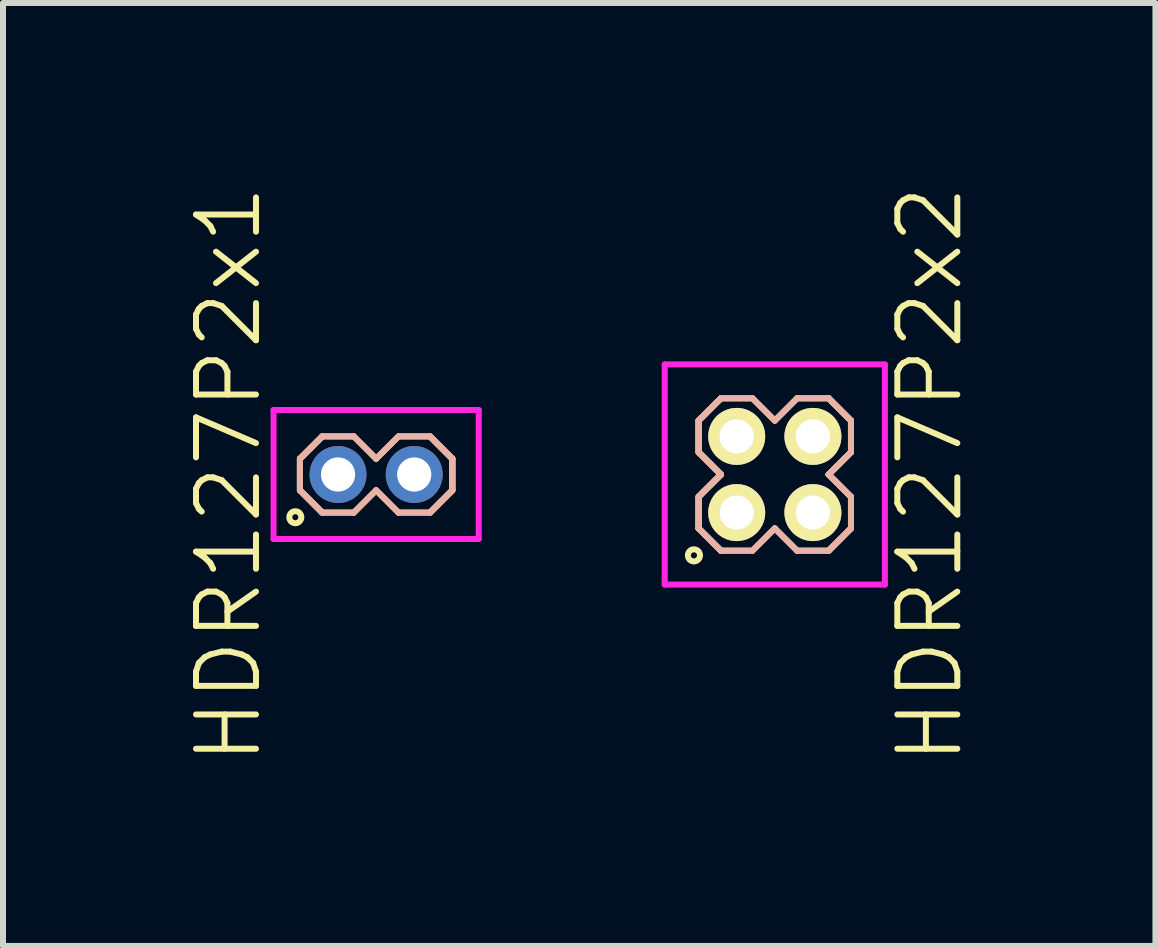
<source format=kicad_pcb>
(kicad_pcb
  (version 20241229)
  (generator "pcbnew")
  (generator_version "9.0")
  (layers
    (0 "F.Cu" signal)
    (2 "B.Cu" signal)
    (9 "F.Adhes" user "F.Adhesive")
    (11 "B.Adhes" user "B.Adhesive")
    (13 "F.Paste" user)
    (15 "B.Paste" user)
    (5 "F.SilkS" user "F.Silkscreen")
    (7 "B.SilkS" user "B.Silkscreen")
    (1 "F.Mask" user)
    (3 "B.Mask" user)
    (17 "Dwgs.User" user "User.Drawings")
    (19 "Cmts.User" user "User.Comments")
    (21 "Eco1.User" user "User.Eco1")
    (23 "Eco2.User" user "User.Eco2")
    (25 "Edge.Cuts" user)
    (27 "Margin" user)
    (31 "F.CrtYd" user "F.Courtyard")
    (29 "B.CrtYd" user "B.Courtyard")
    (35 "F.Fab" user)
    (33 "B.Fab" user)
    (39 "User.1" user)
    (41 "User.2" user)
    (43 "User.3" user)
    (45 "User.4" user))
  (footprint "HDR127P2x2"
    (layer "F.Cu")
    (at 9.866 4.86)
    (property "Reference" "HDR127P2x2" (at 2.585 0 90) (layer "F.SilkS") (effects (font (size 1 1) (thickness 0.1))))
    (attr through_hole)
    (fp_line (start -1.27 -0.898) (end -0.898 -1.27) (stroke (width 0.1) (type solid)) (layer "F.SilkS"))
    (fp_line (start -1.27 -0.898) (end -0.898 -1.27) (stroke (width 0.1) (type solid)) (layer "F.SilkS"))
    (fp_line (start -1.27 -0.372) (end -1.27 -0.898) (stroke (width 0.1) (type solid)) (layer "F.SilkS"))
    (fp_line (start -1.27 -0.372) (end -1.27 -0.898) (stroke (width 0.1) (type solid)) (layer "F.SilkS"))
    (fp_line (start -1.27 0.372) (end -0.898 0) (stroke (width 0.1) (type solid)) (layer "F.SilkS"))
    (fp_line (start -1.27 0.372) (end -0.898 0) (stroke (width 0.1) (type solid)) (layer "F.SilkS"))
    (fp_line (start -1.27 0.898) (end -1.27 0.372) (stroke (width 0.1) (type solid)) (layer "F.SilkS"))
    (fp_line (start -1.27 0.898) (end -1.27 0.372) (stroke (width 0.1) (type solid)) (layer "F.SilkS"))
    (fp_line (start -0.898 -1.27) (end -0.372 -1.27) (stroke (width 0.1) (type solid)) (layer "F.SilkS"))
    (fp_line (start -0.898 0) (end -1.27 -0.372) (stroke (width 0.1) (type solid)) (layer "F.SilkS"))
    (fp_line (start -0.898 0) (end -1.27 -0.372) (stroke (width 0.1) (type solid)) (layer "F.SilkS"))
    (fp_line (start -0.898 1.27) (end -1.27 0.898) (stroke (width 0.1) (type solid)) (layer "F.SilkS"))
    (fp_line (start -0.898 1.27) (end -1.27 0.898) (stroke (width 0.1) (type solid)) (layer "F.SilkS"))
    (fp_line (start -0.372 -1.27) (end 0 -0.898) (stroke (width 0.1) (type solid)) (layer "F.SilkS"))
    (fp_line (start -0.372 1.27) (end -0.898 1.27) (stroke (width 0.1) (type solid)) (layer "F.SilkS"))
    (fp_line (start 0 -0.898) (end 0.372 -1.27) (stroke (width 0.1) (type solid)) (layer "F.SilkS"))
    (fp_line (start 0 0.898) (end -0.372 1.27) (stroke (width 0.1) (type solid)) (layer "F.SilkS"))
    (fp_line (start 0.372 -1.27) (end 0.898 -1.27) (stroke (width 0.1) (type solid)) (layer "F.SilkS"))
    (fp_line (start 0.372 1.27) (end 0 0.898) (stroke (width 0.1) (type solid)) (layer "F.SilkS"))
    (fp_line (start 0.898 -1.27) (end 1.27 -0.898) (stroke (width 0.1) (type solid)) (layer "F.SilkS"))
    (fp_line (start 0.898 -1.27) (end 1.27 -0.898) (stroke (width 0.1) (type solid)) (layer "F.SilkS"))
    (fp_line (start 0.898 0) (end 1.27 0.372) (stroke (width 0.1) (type solid)) (layer "F.SilkS"))
    (fp_line (start 0.898 0) (end 1.27 0.372) (stroke (width 0.1) (type solid)) (layer "F.SilkS"))
    (fp_line (start 0.898 1.27) (end 0.372 1.27) (stroke (width 0.1) (type solid)) (layer "F.SilkS"))
    (fp_line (start 1.27 -0.898) (end 1.27 -0.372) (stroke (width 0.1) (type solid)) (layer "F.SilkS"))
    (fp_line (start 1.27 -0.898) (end 1.27 -0.372) (stroke (width 0.1) (type solid)) (layer "F.SilkS"))
    (fp_line (start 1.27 -0.372) (end 0.898 0) (stroke (width 0.1) (type solid)) (layer "F.SilkS"))
    (fp_line (start 1.27 -0.372) (end 0.898 0) (stroke (width 0.1) (type solid)) (layer "F.SilkS"))
    (fp_line (start 1.27 0.372) (end 1.27 0.898) (stroke (width 0.1) (type solid)) (layer "F.SilkS"))
    (fp_line (start 1.27 0.372) (end 1.27 0.898) (stroke (width 0.1) (type solid)) (layer "F.SilkS"))
    (fp_line (start 1.27 0.898) (end 0.898 1.27) (stroke (width 0.1) (type solid)) (layer "F.SilkS"))
    (fp_line (start 1.27 0.898) (end 0.898 1.27) (stroke (width 0.1) (type solid)) (layer "F.SilkS"))
    (fp_circle (center -1.348 1.348) (end -1.247 1.348) (stroke (width 0.1) (type solid)) (fill no) (layer "F.SilkS"))
    (fp_line (start -1.27 -0.898) (end -0.898 -1.27) (stroke (width 0.1) (type solid)) (layer "B.SilkS"))
    (fp_line (start -1.27 -0.898) (end -0.898 -1.27) (stroke (width 0.1) (type solid)) (layer "B.SilkS"))
    (fp_line (start -1.27 -0.372) (end -1.27 -0.898) (stroke (width 0.1) (type solid)) (layer "B.SilkS"))
    (fp_line (start -1.27 -0.372) (end -1.27 -0.898) (stroke (width 0.1) (type solid)) (layer "B.SilkS"))
    (fp_line (start -1.27 0.372) (end -0.898 0) (stroke (width 0.1) (type solid)) (layer "B.SilkS"))
    (fp_line (start -1.27 0.372) (end -0.898 0) (stroke (width 0.1) (type solid)) (layer "B.SilkS"))
    (fp_line (start -1.27 0.898) (end -1.27 0.372) (stroke (width 0.1) (type solid)) (layer "B.SilkS"))
    (fp_line (start -1.27 0.898) (end -1.27 0.372) (stroke (width 0.1) (type solid)) (layer "B.SilkS"))
    (fp_line (start -0.898 -1.27) (end -0.372 -1.27) (stroke (width 0.1) (type solid)) (layer "B.SilkS"))
    (fp_line (start -0.898 0) (end -1.27 -0.372) (stroke (width 0.1) (type solid)) (layer "B.SilkS"))
    (fp_line (start -0.898 0) (end -1.27 -0.372) (stroke (width 0.1) (type solid)) (layer "B.SilkS"))
    (fp_line (start -0.898 1.27) (end -1.27 0.898) (stroke (width 0.1) (type solid)) (layer "B.SilkS"))
    (fp_line (start -0.898 1.27) (end -1.27 0.898) (stroke (width 0.1) (type solid)) (layer "B.SilkS"))
    (fp_line (start -0.372 -1.27) (end 0 -0.898) (stroke (width 0.1) (type solid)) (layer "B.SilkS"))
    (fp_line (start -0.372 1.27) (end -0.898 1.27) (stroke (width 0.1) (type solid)) (layer "B.SilkS"))
    (fp_line (start 0 -0.898) (end 0.372 -1.27) (stroke (width 0.1) (type solid)) (layer "B.SilkS"))
    (fp_line (start 0 0.898) (end -0.372 1.27) (stroke (width 0.1) (type solid)) (layer "B.SilkS"))
    (fp_line (start 0.372 -1.27) (end 0.898 -1.27) (stroke (width 0.1) (type solid)) (layer "B.SilkS"))
    (fp_line (start 0.372 1.27) (end 0 0.898) (stroke (width 0.1) (type solid)) (layer "B.SilkS"))
    (fp_line (start 0.898 -1.27) (end 1.27 -0.898) (stroke (width 0.1) (type solid)) (layer "B.SilkS"))
    (fp_line (start 0.898 -1.27) (end 1.27 -0.898) (stroke (width 0.1) (type solid)) (layer "B.SilkS"))
    (fp_line (start 0.898 0) (end 1.27 0.372) (stroke (width 0.1) (type solid)) (layer "B.SilkS"))
    (fp_line (start 0.898 0) (end 1.27 0.372) (stroke (width 0.1) (type solid)) (layer "B.SilkS"))
    (fp_line (start 0.898 1.27) (end 0.372 1.27) (stroke (width 0.1) (type solid)) (layer "B.SilkS"))
    (fp_line (start 1.27 -0.898) (end 1.27 -0.372) (stroke (width 0.1) (type solid)) (layer "B.SilkS"))
    (fp_line (start 1.27 -0.898) (end 1.27 -0.372) (stroke (width 0.1) (type solid)) (layer "B.SilkS"))
    (fp_line (start 1.27 -0.372) (end 0.898 0) (stroke (width 0.1) (type solid)) (layer "B.SilkS"))
    (fp_line (start 1.27 -0.372) (end 0.898 0) (stroke (width 0.1) (type solid)) (layer "B.SilkS"))
    (fp_line (start 1.27 0.372) (end 1.27 0.898) (stroke (width 0.1) (type solid)) (layer "B.SilkS"))
    (fp_line (start 1.27 0.372) (end 1.27 0.898) (stroke (width 0.1) (type solid)) (layer "B.SilkS"))
    (fp_line (start 1.27 0.898) (end 0.898 1.27) (stroke (width 0.1) (type solid)) (layer "B.SilkS"))
    (fp_line (start 1.27 0.898) (end 0.898 1.27) (stroke (width 0.1) (type solid)) (layer "B.SilkS"))
    (fp_line (start -1.835 -1.835) (end -1.835 1.835) (stroke (width 0.1) (type solid)) (layer "F.CrtYd"))
    (fp_line (start -1.835 1.835) (end 1.835 1.835) (stroke (width 0.1) (type solid)) (layer "F.CrtYd"))
    (fp_line (start 1.835 -1.835) (end -1.835 -1.835) (stroke (width 0.1) (type solid)) (layer "F.CrtYd"))
    (fp_line (start 1.835 1.835) (end 1.835 -1.835) (stroke (width 0.1) (type solid)) (layer "F.CrtYd"))
    (pad "1" thru_hole oval (at -0.635 0.635) (size 0.95 0.95) (drill 0.57) (layers "*.Cu" "*.Mask" "F.SilkS"))
    (pad "2" thru_hole oval (at -0.635 -0.635) (size 0.95 0.95) (drill 0.57) (layers "*.Cu" "*.Mask" "F.SilkS"))
    (pad "3" thru_hole oval (at 0.635 0.635) (size 0.95 0.95) (drill 0.57) (layers "*.Cu" "*.Mask" "F.SilkS"))
    (pad "4" thru_hole oval (at 0.635 -0.635) (size 0.95 0.95) (drill 0.57) (layers "*.Cu" "*.Mask" "F.SilkS")))
  (footprint "HDR127P2x1"
    (layer "F.Cu")
    (at 3.22 4.86)
    (property "Reference" "HDR127P2x1" (at -2.46 0 90) (layer "F.SilkS") (effects (font (size 1 1) (thickness 0.1))))
    (attr through_hole)
    (fp_line (start -1.27 -0.263) (end -0.898 -0.635) (stroke (width 0.1) (type solid)) (layer "F.SilkS"))
    (fp_line (start -1.27 -0.263) (end -0.898 -0.635) (stroke (width 0.1) (type solid)) (layer "F.SilkS"))
    (fp_line (start -1.27 0.263) (end -1.27 -0.263) (stroke (width 0.1) (type solid)) (layer "F.SilkS"))
    (fp_line (start -1.27 0.263) (end -1.27 -0.263) (stroke (width 0.1) (type solid)) (layer "F.SilkS"))
    (fp_line (start -0.898 -0.635) (end -0.372 -0.635) (stroke (width 0.1) (type solid)) (layer "F.SilkS"))
    (fp_line (start -0.898 0.635) (end -1.27 0.263) (stroke (width 0.1) (type solid)) (layer "F.SilkS"))
    (fp_line (start -0.898 0.635) (end -1.27 0.263) (stroke (width 0.1) (type solid)) (layer "F.SilkS"))
    (fp_line (start -0.372 -0.635) (end 0 -0.263) (stroke (width 0.1) (type solid)) (layer "F.SilkS"))
    (fp_line (start -0.372 0.635) (end -0.898 0.635) (stroke (width 0.1) (type solid)) (layer "F.SilkS"))
    (fp_line (start 0 -0.263) (end 0.372 -0.635) (stroke (width 0.1) (type solid)) (layer "F.SilkS"))
    (fp_line (start 0 0.263) (end -0.372 0.635) (stroke (width 0.1) (type solid)) (layer "F.SilkS"))
    (fp_line (start 0.372 -0.635) (end 0.898 -0.635) (stroke (width 0.1) (type solid)) (layer "F.SilkS"))
    (fp_line (start 0.372 0.635) (end 0 0.263) (stroke (width 0.1) (type solid)) (layer "F.SilkS"))
    (fp_line (start 0.898 -0.635) (end 1.27 -0.263) (stroke (width 0.1) (type solid)) (layer "F.SilkS"))
    (fp_line (start 0.898 -0.635) (end 1.27 -0.263) (stroke (width 0.1) (type solid)) (layer "F.SilkS"))
    (fp_line (start 0.898 0.635) (end 0.372 0.635) (stroke (width 0.1) (type solid)) (layer "F.SilkS"))
    (fp_line (start 1.27 -0.263) (end 1.27 0.263) (stroke (width 0.1) (type solid)) (layer "F.SilkS"))
    (fp_line (start 1.27 -0.263) (end 1.27 0.263) (stroke (width 0.1) (type solid)) (layer "F.SilkS"))
    (fp_line (start 1.27 0.263) (end 0.898 0.635) (stroke (width 0.1) (type solid)) (layer "F.SilkS"))
    (fp_line (start 1.27 0.263) (end 0.898 0.635) (stroke (width 0.1) (type solid)) (layer "F.SilkS"))
    (fp_circle (center -1.347 0.712) (end -1.247 0.712) (stroke (width 0.1) (type solid)) (fill no) (layer "F.SilkS"))
    (fp_line (start -1.27 -0.263) (end -0.898 -0.635) (stroke (width 0.1) (type solid)) (layer "B.SilkS"))
    (fp_line (start -1.27 -0.263) (end -0.898 -0.635) (stroke (width 0.1) (type solid)) (layer "B.SilkS"))
    (fp_line (start -1.27 0.263) (end -1.27 -0.263) (stroke (width 0.1) (type solid)) (layer "B.SilkS"))
    (fp_line (start -1.27 0.263) (end -1.27 -0.263) (stroke (width 0.1) (type solid)) (layer "B.SilkS"))
    (fp_line (start -0.898 -0.635) (end -0.372 -0.635) (stroke (width 0.1) (type solid)) (layer "B.SilkS"))
    (fp_line (start -0.898 0.635) (end -1.27 0.263) (stroke (width 0.1) (type solid)) (layer "B.SilkS"))
    (fp_line (start -0.898 0.635) (end -1.27 0.263) (stroke (width 0.1) (type solid)) (layer "B.SilkS"))
    (fp_line (start -0.372 -0.635) (end 0 -0.263) (stroke (width 0.1) (type solid)) (layer "B.SilkS"))
    (fp_line (start -0.372 0.635) (end -0.898 0.635) (stroke (width 0.1) (type solid)) (layer "B.SilkS"))
    (fp_line (start 0 -0.263) (end 0.372 -0.635) (stroke (width 0.1) (type solid)) (layer "B.SilkS"))
    (fp_line (start 0 0.263) (end -0.372 0.635) (stroke (width 0.1) (type solid)) (layer "B.SilkS"))
    (fp_line (start 0.372 -0.635) (end 0.898 -0.635) (stroke (width 0.1) (type solid)) (layer "B.SilkS"))
    (fp_line (start 0.372 0.635) (end 0 0.263) (stroke (width 0.1) (type solid)) (layer "B.SilkS"))
    (fp_line (start 0.898 -0.635) (end 1.27 -0.263) (stroke (width 0.1) (type solid)) (layer "B.SilkS"))
    (fp_line (start 0.898 -0.635) (end 1.27 -0.263) (stroke (width 0.1) (type solid)) (layer "B.SilkS"))
    (fp_line (start 0.898 0.635) (end 0.372 0.635) (stroke (width 0.1) (type solid)) (layer "B.SilkS"))
    (fp_line (start 1.27 -0.263) (end 1.27 0.263) (stroke (width 0.1) (type solid)) (layer "B.SilkS"))
    (fp_line (start 1.27 -0.263) (end 1.27 0.263) (stroke (width 0.1) (type solid)) (layer "B.SilkS"))
    (fp_line (start 1.27 0.263) (end 0.898 0.635) (stroke (width 0.1) (type solid)) (layer "B.SilkS"))
    (fp_line (start 1.27 0.263) (end 0.898 0.635) (stroke (width 0.1) (type solid)) (layer "B.SilkS"))
    (fp_line (start -1.71 -1.075) (end -1.71 1.075) (stroke (width 0.1) (type solid)) (layer "F.CrtYd"))
    (fp_line (start -1.71 1.075) (end 1.71 1.075) (stroke (width 0.1) (type solid)) (layer "F.CrtYd"))
    (fp_line (start 1.71 -1.075) (end -1.71 -1.075) (stroke (width 0.1) (type solid)) (layer "F.CrtYd"))
    (fp_line (start 1.71 1.075) (end 1.71 -1.075) (stroke (width 0.1) (type solid)) (layer "F.CrtYd"))
    (pad "1" thru_hole oval (at -0.635 0) (size 0.95 0.95) (drill 0.57) (layers "*.Cu" "*.Mask"))
    (pad "2" thru_hole oval (at 0.635 0) (size 0.95 0.95) (drill 0.57) (layers "*.Cu" "*.Mask")))
  (gr_rect
    (start -3 -3)
    (end 16.211 12.719)
    (stroke (width 0.1) (type default))
    (fill no)
    (layer "Edge.Cuts")))
</source>
